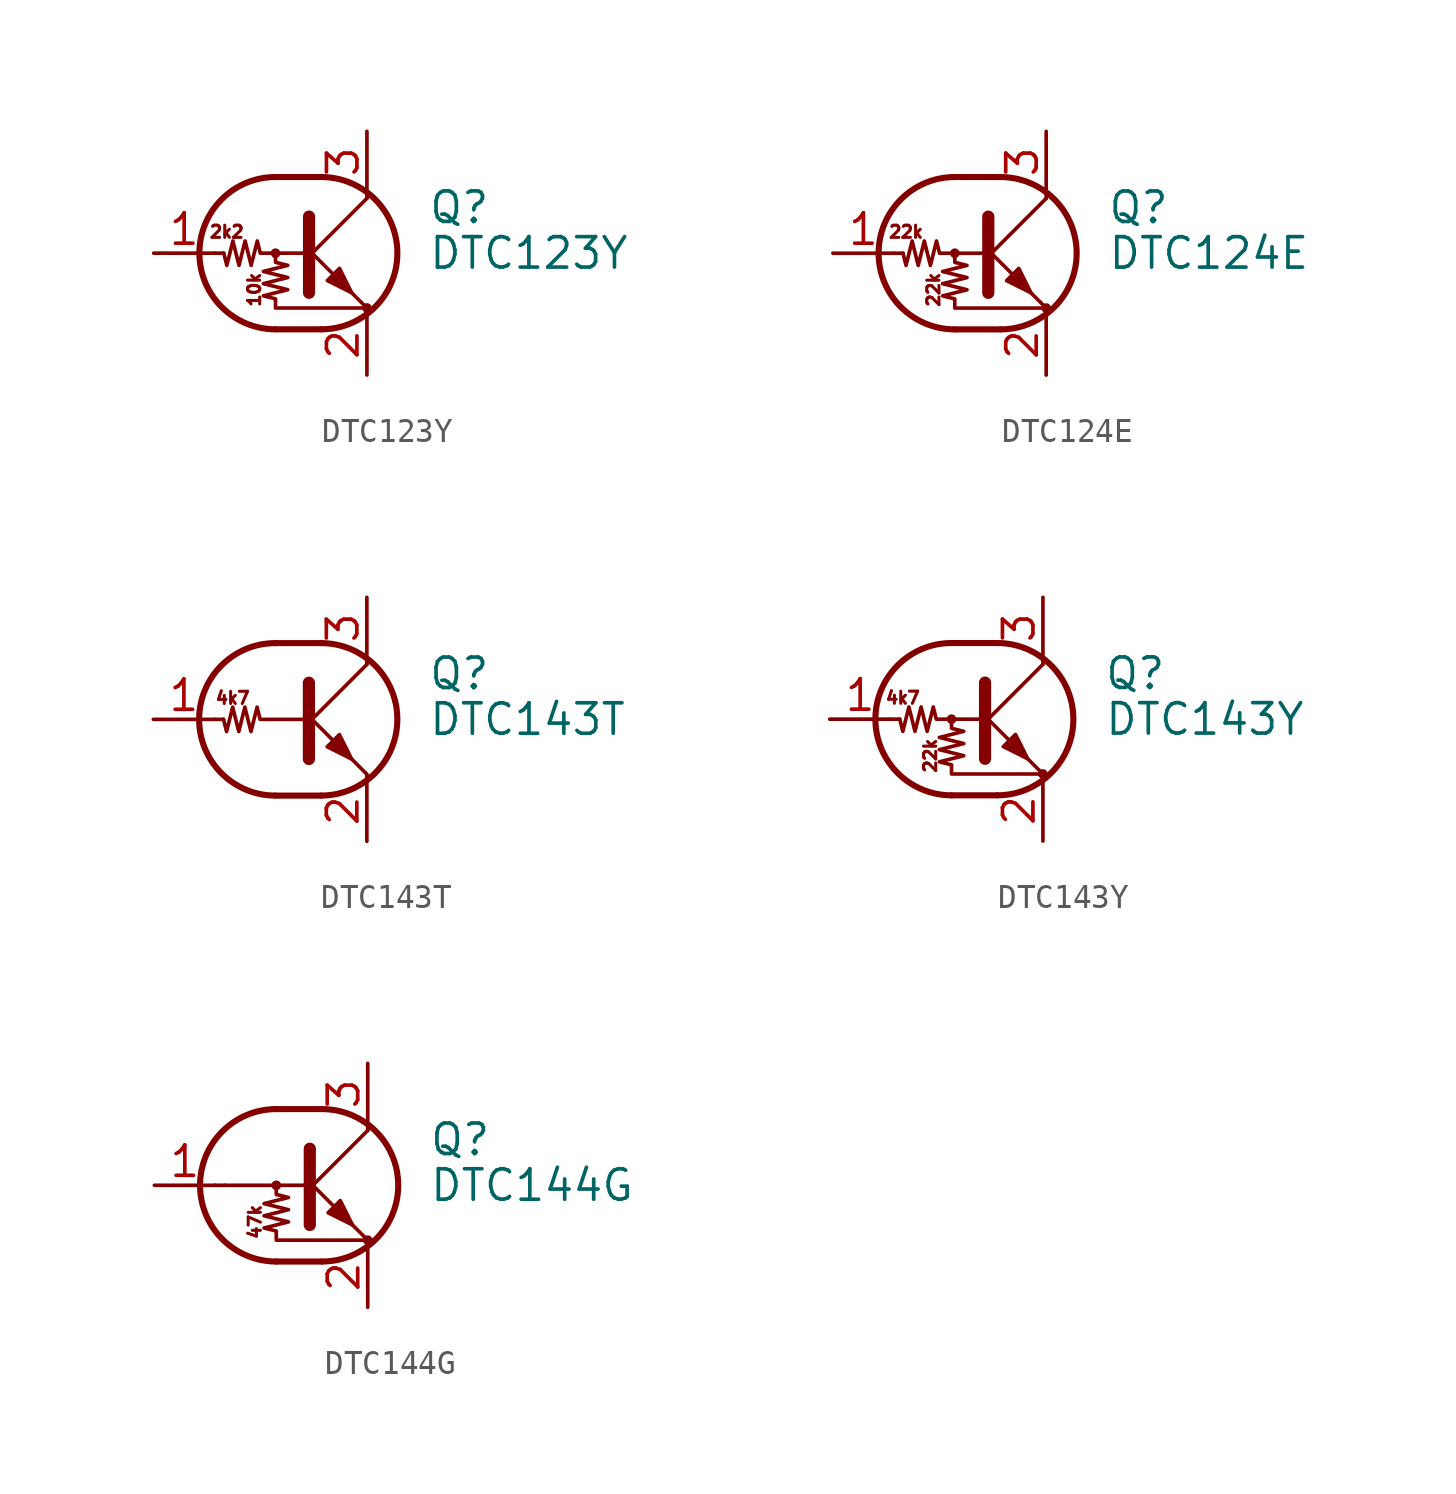
<source format=kicad_sym>
(kicad_symbol_lib
  (version 20241209)
  (generator "kicad_symbol_editor")
  (generator_version "9.0")
  (symbol "DTC123Y"
    (pin_names
      (offset 0)
      (hide yes))
    (property "Reference" "Q"
      (at 5.08 1.905 0)
      (effects (font (size 1.27 1.27)) (justify left)))
    (property "Value" "DTC123Y"
      (at 5.08 0 0)
      (effects (font (size 1.27 1.27)) (justify left)))
    (symbol "DTC123Y_0_0"
      (text "2k2" (at -3.302 0.889 0) (effects (font (size 0.508 0.508))))
      (text "10k" (at -2.159 -1.524 900) (effects (font (size 0.508 0.508)))))
    (symbol "DTC123Y_0_1"
      (polyline (pts (xy -3.429 0) (xy -3.81 0)) (stroke (width 0) (type default)) (fill (type none)))
      (polyline (pts (xy -1.27 3.175) (xy 0.635 3.175)) (stroke (width 0.254) (type default)) (fill (type none)))
      (circle (center -1.27 0) (radius 0.127) (stroke (width 0) (type default)) (fill (type none)))
      (polyline (pts (xy -1.27 0) (xy -1.27 -0.381) (xy -0.762 -0.508) (xy -1.778 -0.762) (xy -0.762 -1.016) (xy -1.778 -1.27) (xy -0.762 -1.524) (xy -1.778 -1.778) (xy -1.27 -1.905) (xy -1.27 -2.286) (xy 2.54 -2.286)) (stroke (width 0) (type default)) (fill (type none)))
      (polyline (pts (xy -1.27 -3.175) (xy 0.635 -3.175)) (stroke (width 0.254) (type default)) (fill (type none)))
      (arc (start -1.27 -3.175) (mid -4.4312 0) (end -1.27 3.175) (stroke (width 0.254) (type default)) (fill (type none)))
      (polyline (pts (xy 0 0) (xy -1.905 0) (xy -2.032 0.508) (xy -2.286 -0.508) (xy -2.54 0.508) (xy -2.794 -0.508) (xy -3.048 0.508) (xy -3.302 -0.508) (xy -3.429 0)) (stroke (width 0) (type default)) (fill (type none)))
      (polyline (pts (xy 0 -0.254) (xy 2.54 2.286)) (stroke (width 0) (type default)) (fill (type none)))
      (polyline (pts (xy 0.127 1.524) (xy 0.127 -1.651)) (stroke (width 0.508) (type default)) (fill (type outline)))
      (arc (start 0.635 3.175) (mid 3.7962 0) (end 0.635 -3.175) (stroke (width 0.254) (type default)) (fill (type none)))
      (polyline (pts (xy 0.889 -1.143) (xy 1.397 -0.635) (xy 1.905 -1.651) (xy 0.889 -1.143)) (stroke (width 0) (type default)) (fill (type outline)))
      (polyline (pts (xy 2.54 2.286) (xy 2.54 2.54)) (stroke (width 0) (type default)) (fill (type none)))
      (polyline (pts (xy 2.54 -2.286) (xy 0 0.254) (xy 0 0.254)) (stroke (width 0) (type default)) (fill (type none)))
      (circle (center 2.54 -2.286) (radius 0.127) (stroke (width 0) (type default)) (fill (type none))))
    (symbol "DTC123Y_1_1"
      (pin input line (at -6.35 0 0) (length 2.54) (name "B" (effects (font (size 1.27 1.27)))) (number "1" (effects (font (size 1.27 1.27)))))
      (pin passive line (at 2.54 5.08 270) (length 2.54) (name "C" (effects (font (size 1.27 1.27)))) (number "3" (effects (font (size 1.27 1.27)))))
      (pin passive line (at 2.54 -5.08 90) (length 2.54) (name "E" (effects (font (size 1.27 1.27)))) (number "2" (effects (font (size 1.27 1.27)))))))
  (symbol "DTC124E"
    (pin_names
      (offset 0)
      (hide yes))
    (property "Reference" "Q"
      (at 5.08 1.905 0)
      (effects (font (size 1.27 1.27)) (justify left)))
    (property "Value" "DTC124E"
      (at 5.08 0 0)
      (effects (font (size 1.27 1.27)) (justify left)))
    (symbol "DTC124E_0_0"
      (text "22k" (at -3.302 0.889 0) (effects (font (size 0.508 0.508))))
      (text "22k" (at -2.159 -1.524 900) (effects (font (size 0.508 0.508)))))
    (symbol "DTC124E_0_1"
      (polyline (pts (xy -3.429 0) (xy -3.81 0)) (stroke (width 0) (type default)) (fill (type none)))
      (polyline (pts (xy -1.27 3.175) (xy 0.635 3.175)) (stroke (width 0.254) (type default)) (fill (type none)))
      (circle (center -1.27 0) (radius 0.127) (stroke (width 0) (type default)) (fill (type none)))
      (polyline (pts (xy -1.27 0) (xy -1.27 -0.381) (xy -0.762 -0.508) (xy -1.778 -0.762) (xy -0.762 -1.016) (xy -1.778 -1.27) (xy -0.762 -1.524) (xy -1.778 -1.778) (xy -1.27 -1.905) (xy -1.27 -2.286) (xy 2.54 -2.286)) (stroke (width 0) (type default)) (fill (type none)))
      (polyline (pts (xy -1.27 -3.175) (xy 0.635 -3.175)) (stroke (width 0.254) (type default)) (fill (type none)))
      (arc (start -1.27 -3.175) (mid -4.4312 0) (end -1.27 3.175) (stroke (width 0.254) (type default)) (fill (type none)))
      (polyline (pts (xy 0 0) (xy -1.905 0) (xy -2.032 0.508) (xy -2.286 -0.508) (xy -2.54 0.508) (xy -2.794 -0.508) (xy -3.048 0.508) (xy -3.302 -0.508) (xy -3.429 0)) (stroke (width 0) (type default)) (fill (type none)))
      (polyline (pts (xy 0 -0.254) (xy 2.54 2.286)) (stroke (width 0) (type default)) (fill (type none)))
      (polyline (pts (xy 0.127 1.524) (xy 0.127 -1.651)) (stroke (width 0.508) (type default)) (fill (type outline)))
      (arc (start 0.635 3.175) (mid 3.7962 0) (end 0.635 -3.175) (stroke (width 0.254) (type default)) (fill (type none)))
      (polyline (pts (xy 0.889 -1.143) (xy 1.397 -0.635) (xy 1.905 -1.651) (xy 0.889 -1.143)) (stroke (width 0) (type default)) (fill (type outline)))
      (polyline (pts (xy 2.54 2.286) (xy 2.54 2.54)) (stroke (width 0) (type default)) (fill (type none)))
      (polyline (pts (xy 2.54 -2.286) (xy 0 0.254) (xy 0 0.254)) (stroke (width 0) (type default)) (fill (type none)))
      (circle (center 2.54 -2.286) (radius 0.127) (stroke (width 0) (type default)) (fill (type none))))
    (symbol "DTC124E_1_1"
      (pin input line (at -6.35 0 0) (length 2.54) (name "B" (effects (font (size 1.27 1.27)))) (number "1" (effects (font (size 1.27 1.27)))))
      (pin passive line (at 2.54 5.08 270) (length 2.54) (name "C" (effects (font (size 1.27 1.27)))) (number "3" (effects (font (size 1.27 1.27)))))
      (pin passive line (at 2.54 -5.08 90) (length 2.54) (name "E" (effects (font (size 1.27 1.27)))) (number "2" (effects (font (size 1.27 1.27)))))))
  (symbol "DTC143T"
    (pin_names
      (offset 0)
      (hide yes))
    (property "Reference" "Q"
      (at 5.08 1.905 0)
      (effects (font (size 1.27 1.27)) (justify left)))
    (property "Value" "DTC143T"
      (at 5.08 0 0)
      (effects (font (size 1.27 1.27)) (justify left)))
    (symbol "DTC143T_0_0"
      (polyline (pts (xy 2.54 -2.286) (xy 2.54 -2.54)) (stroke (width 0) (type default)) (fill (type none)))
      (text "4k7" (at -3.048 0.889 0) (effects (font (size 0.508 0.508)))))
    (symbol "DTC143T_0_1"
      (polyline (pts (xy -3.429 0) (xy -3.81 0)) (stroke (width 0) (type default)) (fill (type none)))
      (polyline (pts (xy -1.27 3.175) (xy 0.635 3.175)) (stroke (width 0.254) (type default)) (fill (type none)))
      (polyline (pts (xy -1.27 -3.175) (xy 0.635 -3.175)) (stroke (width 0.254) (type default)) (fill (type none)))
      (arc (start -1.27 -3.175) (mid -4.4312 0) (end -1.27 3.175) (stroke (width 0.254) (type default)) (fill (type none)))
      (polyline (pts (xy 0 0) (xy -1.905 0) (xy -2.032 0.508) (xy -2.286 -0.508) (xy -2.54 0.508) (xy -2.794 -0.508) (xy -3.048 0.508) (xy -3.302 -0.508) (xy -3.429 0)) (stroke (width 0) (type default)) (fill (type none)))
      (polyline (pts (xy 0 -0.254) (xy 2.54 2.286)) (stroke (width 0) (type default)) (fill (type none)))
      (polyline (pts (xy 0.127 1.524) (xy 0.127 -1.651)) (stroke (width 0.508) (type default)) (fill (type outline)))
      (arc (start 0.635 3.175) (mid 3.7962 0) (end 0.635 -3.175) (stroke (width 0.254) (type default)) (fill (type none)))
      (polyline (pts (xy 0.889 -1.143) (xy 1.397 -0.635) (xy 1.905 -1.651) (xy 0.889 -1.143)) (stroke (width 0) (type default)) (fill (type outline)))
      (polyline (pts (xy 2.54 2.286) (xy 2.54 2.54)) (stroke (width 0) (type default)) (fill (type none)))
      (polyline (pts (xy 2.54 -2.286) (xy 0 0.254) (xy 0 0.254)) (stroke (width 0) (type default)) (fill (type none))))
    (symbol "DTC143T_1_1"
      (pin input line (at -6.35 0 0) (length 2.54) (name "B" (effects (font (size 1.27 1.27)))) (number "1" (effects (font (size 1.27 1.27)))))
      (pin passive line (at 2.54 5.08 270) (length 2.54) (name "C" (effects (font (size 1.27 1.27)))) (number "3" (effects (font (size 1.27 1.27)))))
      (pin passive line (at 2.54 -5.08 90) (length 2.54) (name "E" (effects (font (size 1.27 1.27)))) (number "2" (effects (font (size 1.27 1.27)))))))
  (symbol "DTC143Y"
    (pin_names
      (offset 0)
      (hide yes))
    (property "Reference" "Q"
      (at 5.08 1.905 0)
      (effects (font (size 1.27 1.27)) (justify left)))
    (property "Value" "DTC143Y"
      (at 5.08 0 0)
      (effects (font (size 1.27 1.27)) (justify left)))
    (symbol "DTC143Y_0_0"
      (text "4k7" (at -3.302 0.889 0) (effects (font (size 0.508 0.508))))
      (text "22k" (at -2.159 -1.524 900) (effects (font (size 0.508 0.508)))))
    (symbol "DTC143Y_0_1"
      (polyline (pts (xy -3.429 0) (xy -3.81 0)) (stroke (width 0) (type default)) (fill (type none)))
      (polyline (pts (xy -1.27 3.175) (xy 0.635 3.175)) (stroke (width 0.254) (type default)) (fill (type none)))
      (circle (center -1.27 0) (radius 0.127) (stroke (width 0) (type default)) (fill (type none)))
      (polyline (pts (xy -1.27 0) (xy -1.27 -0.381) (xy -0.762 -0.508) (xy -1.778 -0.762) (xy -0.762 -1.016) (xy -1.778 -1.27) (xy -0.762 -1.524) (xy -1.778 -1.778) (xy -1.27 -1.905) (xy -1.27 -2.286) (xy 2.54 -2.286)) (stroke (width 0) (type default)) (fill (type none)))
      (polyline (pts (xy -1.27 -3.175) (xy 0.635 -3.175)) (stroke (width 0.254) (type default)) (fill (type none)))
      (arc (start -1.27 -3.175) (mid -4.4312 0) (end -1.27 3.175) (stroke (width 0.254) (type default)) (fill (type none)))
      (polyline (pts (xy 0 0) (xy -1.905 0) (xy -2.032 0.508) (xy -2.286 -0.508) (xy -2.54 0.508) (xy -2.794 -0.508) (xy -3.048 0.508) (xy -3.302 -0.508) (xy -3.429 0)) (stroke (width 0) (type default)) (fill (type none)))
      (polyline (pts (xy 0 -0.254) (xy 2.54 2.286)) (stroke (width 0) (type default)) (fill (type none)))
      (polyline (pts (xy 0.127 1.524) (xy 0.127 -1.651)) (stroke (width 0.508) (type default)) (fill (type outline)))
      (arc (start 0.635 3.175) (mid 3.7962 0) (end 0.635 -3.175) (stroke (width 0.254) (type default)) (fill (type none)))
      (polyline (pts (xy 0.889 -1.143) (xy 1.397 -0.635) (xy 1.905 -1.651) (xy 0.889 -1.143)) (stroke (width 0) (type default)) (fill (type outline)))
      (polyline (pts (xy 2.54 2.286) (xy 2.54 2.54)) (stroke (width 0) (type default)) (fill (type none)))
      (polyline (pts (xy 2.54 -2.286) (xy 0 0.254) (xy 0 0.254)) (stroke (width 0) (type default)) (fill (type none)))
      (circle (center 2.54 -2.286) (radius 0.127) (stroke (width 0) (type default)) (fill (type none))))
    (symbol "DTC143Y_1_1"
      (pin input line (at -6.35 0 0) (length 2.54) (name "B" (effects (font (size 1.27 1.27)))) (number "1" (effects (font (size 1.27 1.27)))))
      (pin passive line (at 2.54 5.08 270) (length 2.54) (name "C" (effects (font (size 1.27 1.27)))) (number "3" (effects (font (size 1.27 1.27)))))
      (pin passive line (at 2.54 -5.08 90) (length 2.54) (name "E" (effects (font (size 1.27 1.27)))) (number "2" (effects (font (size 1.27 1.27)))))))
  (symbol "DTC144G"
    (pin_names
      (offset 0)
      (hide yes))
    (property "Reference" "Q"
      (at 5.08 1.905 0)
      (effects (font (size 1.27 1.27)) (justify left)))
    (property "Value" "DTC144G"
      (at 5.08 0 0)
      (effects (font (size 1.27 1.27)) (justify left)))
    (symbol "DTC144G_0_0"
      (polyline (pts (xy -3.429 0) (xy 0 0)) (stroke (width 0) (type default)) (fill (type none)))
      (text "47k" (at -2.159 -1.524 900) (effects (font (size 0.508 0.508)))))
    (symbol "DTC144G_0_1"
      (polyline (pts (xy -3.429 0) (xy -3.81 0)) (stroke (width 0) (type default)) (fill (type none)))
      (polyline (pts (xy -1.27 3.175) (xy 0.635 3.175)) (stroke (width 0.254) (type default)) (fill (type none)))
      (circle (center -1.27 0) (radius 0.127) (stroke (width 0) (type default)) (fill (type none)))
      (polyline (pts (xy -1.27 0) (xy -1.27 -0.381) (xy -0.762 -0.508) (xy -1.778 -0.762) (xy -0.762 -1.016) (xy -1.778 -1.27) (xy -0.762 -1.524) (xy -1.778 -1.778) (xy -1.27 -1.905) (xy -1.27 -2.286) (xy 2.54 -2.286)) (stroke (width 0) (type default)) (fill (type none)))
      (polyline (pts (xy -1.27 -3.175) (xy 0.635 -3.175)) (stroke (width 0.254) (type default)) (fill (type none)))
      (arc (start -1.27 -3.175) (mid -4.4312 0) (end -1.27 3.175) (stroke (width 0.254) (type default)) (fill (type none)))
      (polyline (pts (xy 0 -0.254) (xy 2.54 2.286)) (stroke (width 0) (type default)) (fill (type none)))
      (polyline (pts (xy 0.127 1.524) (xy 0.127 -1.651)) (stroke (width 0.508) (type default)) (fill (type outline)))
      (arc (start 0.635 3.175) (mid 3.7962 0) (end 0.635 -3.175) (stroke (width 0.254) (type default)) (fill (type none)))
      (polyline (pts (xy 0.889 -1.143) (xy 1.397 -0.635) (xy 1.905 -1.651) (xy 0.889 -1.143)) (stroke (width 0) (type default)) (fill (type outline)))
      (polyline (pts (xy 2.54 2.286) (xy 2.54 2.54)) (stroke (width 0) (type default)) (fill (type none)))
      (polyline (pts (xy 2.54 -2.286) (xy 0 0.254) (xy 0 0.254)) (stroke (width 0) (type default)) (fill (type none)))
      (circle (center 2.54 -2.286) (radius 0.127) (stroke (width 0) (type default)) (fill (type none))))
    (symbol "DTC144G_1_1"
      (pin input line (at -6.35 0 0) (length 2.54) (name "B" (effects (font (size 1.27 1.27)))) (number "1" (effects (font (size 1.27 1.27)))))
      (pin passive line (at 2.54 5.08 270) (length 2.54) (name "C" (effects (font (size 1.27 1.27)))) (number "3" (effects (font (size 1.27 1.27)))))
      (pin passive line (at 2.54 -5.08 90) (length 2.54) (name "E" (effects (font (size 1.27 1.27)))) (number "2" (effects (font (size 1.27 1.27))))))))
</source>
